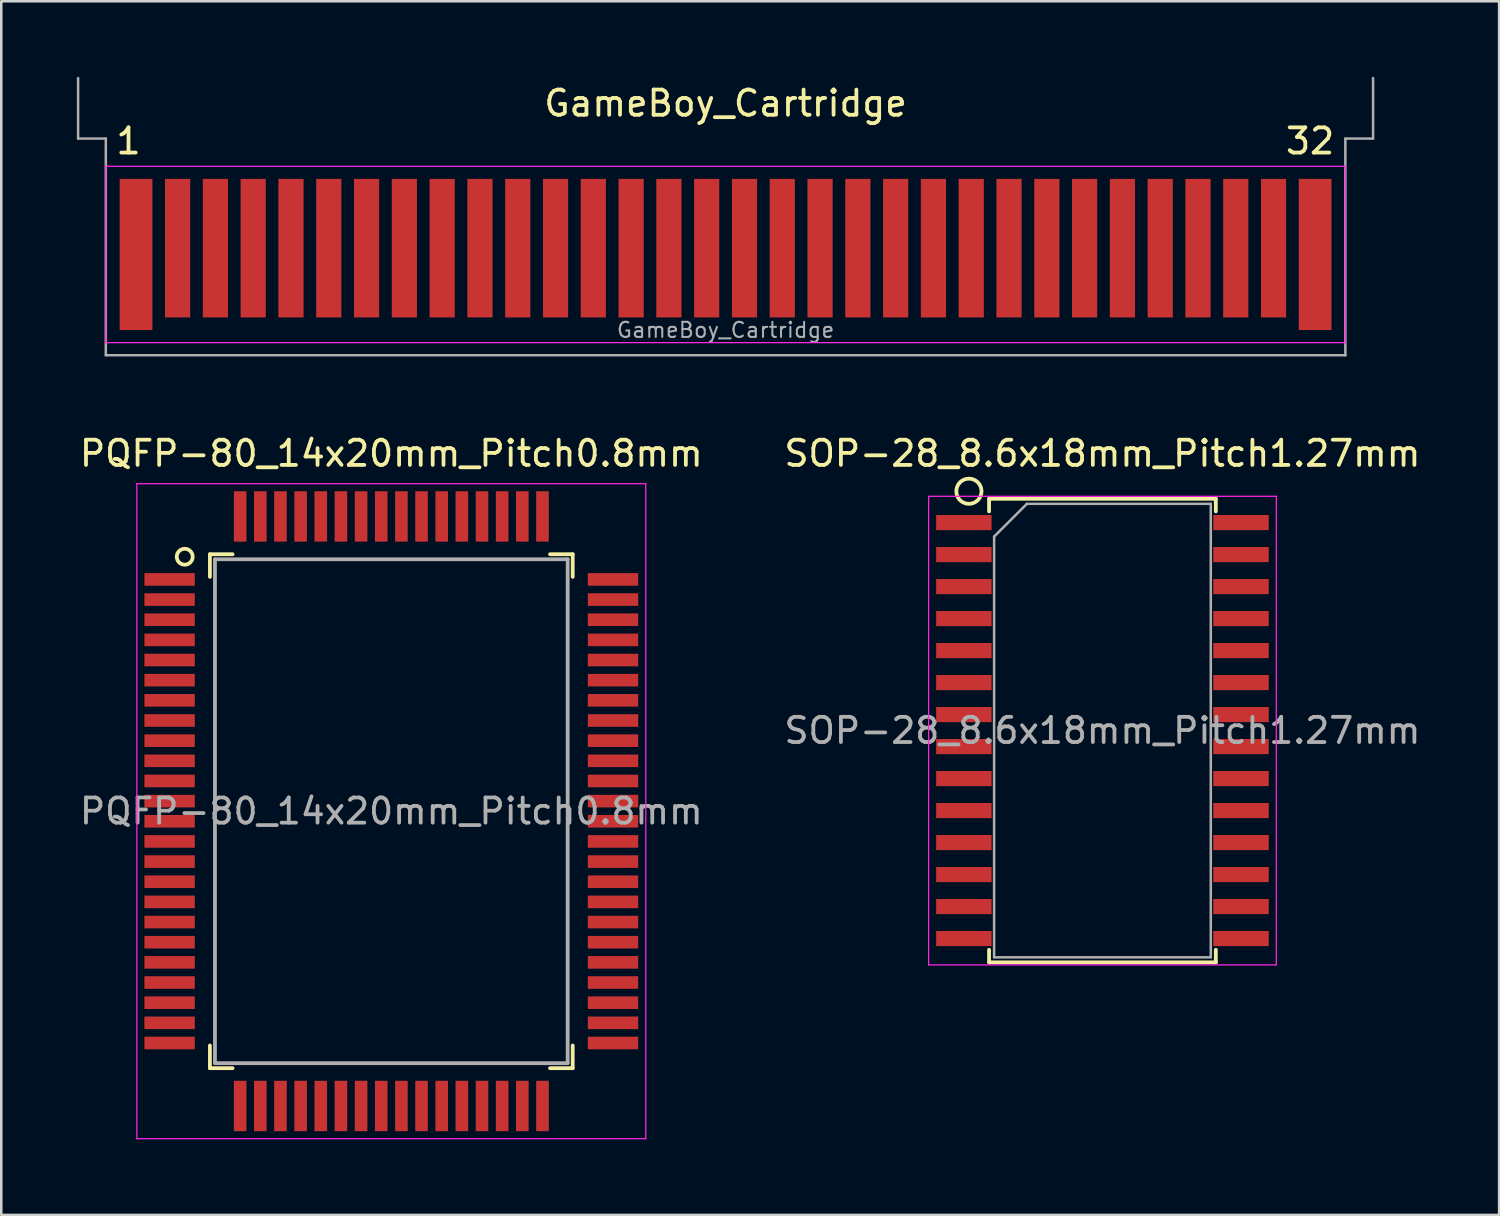
<source format=kicad_pcb>
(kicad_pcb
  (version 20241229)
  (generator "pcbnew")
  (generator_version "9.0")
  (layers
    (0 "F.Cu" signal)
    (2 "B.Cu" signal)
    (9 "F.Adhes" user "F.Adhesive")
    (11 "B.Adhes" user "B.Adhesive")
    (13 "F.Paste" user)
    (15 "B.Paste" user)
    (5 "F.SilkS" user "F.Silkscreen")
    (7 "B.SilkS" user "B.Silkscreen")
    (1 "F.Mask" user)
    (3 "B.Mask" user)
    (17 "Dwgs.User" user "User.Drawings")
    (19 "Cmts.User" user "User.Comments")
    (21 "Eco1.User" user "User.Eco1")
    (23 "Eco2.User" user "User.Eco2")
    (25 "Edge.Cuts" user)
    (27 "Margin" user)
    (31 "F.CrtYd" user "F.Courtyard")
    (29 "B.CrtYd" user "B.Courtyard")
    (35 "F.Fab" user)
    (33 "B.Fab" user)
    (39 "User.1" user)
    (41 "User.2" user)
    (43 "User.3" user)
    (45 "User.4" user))
  (footprint "PQFP-80_14x20mm_Pitch0.8mm"
    (layer "F.Cu")
    (at 12.482 29.148)
    (property "Reference" "PQFP-80_14x20mm_Pitch0.8mm" (at 0 -14.2 0) (layer "F.SilkS") (effects (font (size 1 1) (thickness 0.15))))
    (attr smd)
    (fp_line (start -7.2 -10.2) (end -7.2 -9.3) (stroke (width 0.15) (type solid)) (layer "F.SilkS"))
    (fp_line (start -7.2 9.3) (end -7.2 10.2) (stroke (width 0.15) (type solid)) (layer "F.SilkS"))
    (fp_line (start -7.2 10.2) (end -6.3 10.2) (stroke (width 0.15) (type solid)) (layer "F.SilkS"))
    (fp_line (start -6.3 -10.2) (end -7.2 -10.2) (stroke (width 0.15) (type solid)) (layer "F.SilkS"))
    (fp_line (start 6.3 -10.2) (end 7.2 -10.2) (stroke (width 0.15) (type solid)) (layer "F.SilkS"))
    (fp_line (start 7.2 -10.2) (end 7.2 -9.3) (stroke (width 0.15) (type solid)) (layer "F.SilkS"))
    (fp_line (start 7.2 9.3) (end 7.2 10.2) (stroke (width 0.15) (type solid)) (layer "F.SilkS"))
    (fp_line (start 7.2 10.2) (end 6.3 10.2) (stroke (width 0.15) (type solid)) (layer "F.SilkS"))
    (fp_circle (center -8.2 -10.1) (end -8.3 -9.8) (stroke (width 0.15) (type solid)) (fill no) (layer "F.SilkS"))
    (fp_line (start -10.1 -13) (end -10.1 13) (stroke (width 0.05) (type solid)) (layer "F.CrtYd"))
    (fp_line (start -10.1 13) (end 10.1 13) (stroke (width 0.05) (type solid)) (layer "F.CrtYd"))
    (fp_line (start 10.1 -13) (end -10.1 -13) (stroke (width 0.05) (type solid)) (layer "F.CrtYd"))
    (fp_line (start 10.1 13) (end 10.1 -13) (stroke (width 0.05) (type solid)) (layer "F.CrtYd"))
    (fp_line (start -7 -10) (end -7 10) (stroke (width 0.15) (type solid)) (layer "F.Fab"))
    (fp_line (start -7 10) (end 7 10) (stroke (width 0.15) (type solid)) (layer "F.Fab"))
    (fp_line (start 7 -10) (end -7 -10) (stroke (width 0.15) (type solid)) (layer "F.Fab"))
    (fp_line (start 7 10) (end 7 -10) (stroke (width 0.15) (type solid)) (layer "F.Fab"))
    (fp_text user "${REFERENCE}" (at 0 0 0) (layer "F.Fab") (effects (font (size 1 1) (thickness 0.15))))
    (pad "1" smd rect (at -8.8 -9.2) (size 2 0.5) (layers "F.Cu" "F.Mask" "F.Paste"))
    (pad "2" smd rect (at -8.8 -8.4) (size 2 0.5) (layers "F.Cu" "F.Mask" "F.Paste"))
    (pad "3" smd rect (at -8.8 -7.6) (size 2 0.5) (layers "F.Cu" "F.Mask" "F.Paste"))
    (pad "4" smd rect (at -8.8 -6.8) (size 2 0.5) (layers "F.Cu" "F.Mask" "F.Paste"))
    (pad "5" smd rect (at -8.8 -6) (size 2 0.5) (layers "F.Cu" "F.Mask" "F.Paste"))
    (pad "6" smd rect (at -8.8 -5.2) (size 2 0.5) (layers "F.Cu" "F.Mask" "F.Paste"))
    (pad "7" smd rect (at -8.8 -4.4) (size 2 0.5) (layers "F.Cu" "F.Mask" "F.Paste"))
    (pad "8" smd rect (at -8.8 -3.6) (size 2 0.5) (layers "F.Cu" "F.Mask" "F.Paste"))
    (pad "9" smd rect (at -8.8 -2.8) (size 2 0.5) (layers "F.Cu" "F.Mask" "F.Paste"))
    (pad "10" smd rect (at -8.8 -2) (size 2 0.5) (layers "F.Cu" "F.Mask" "F.Paste"))
    (pad "11" smd rect (at -8.8 -1.2) (size 2 0.5) (layers "F.Cu" "F.Mask" "F.Paste"))
    (pad "12" smd rect (at -8.8 -0.4) (size 2 0.5) (layers "F.Cu" "F.Mask" "F.Paste"))
    (pad "13" smd rect (at -8.8 0.4) (size 2 0.5) (layers "F.Cu" "F.Mask" "F.Paste"))
    (pad "14" smd rect (at -8.8 1.2) (size 2 0.5) (layers "F.Cu" "F.Mask" "F.Paste"))
    (pad "15" smd rect (at -8.8 2) (size 2 0.5) (layers "F.Cu" "F.Mask" "F.Paste"))
    (pad "16" smd rect (at -8.8 2.8) (size 2 0.5) (layers "F.Cu" "F.Mask" "F.Paste"))
    (pad "17" smd rect (at -8.8 3.6) (size 2 0.5) (layers "F.Cu" "F.Mask" "F.Paste"))
    (pad "18" smd rect (at -8.8 4.4) (size 2 0.5) (layers "F.Cu" "F.Mask" "F.Paste"))
    (pad "19" smd rect (at -8.8 5.2) (size 2 0.5) (layers "F.Cu" "F.Mask" "F.Paste"))
    (pad "20" smd rect (at -8.8 6) (size 2 0.5) (layers "F.Cu" "F.Mask" "F.Paste"))
    (pad "21" smd rect (at -8.8 6.8) (size 2 0.5) (layers "F.Cu" "F.Mask" "F.Paste"))
    (pad "22" smd rect (at -8.8 7.6) (size 2 0.5) (layers "F.Cu" "F.Mask" "F.Paste"))
    (pad "23" smd rect (at -8.8 8.4) (size 2 0.5) (layers "F.Cu" "F.Mask" "F.Paste"))
    (pad "24" smd rect (at -8.8 9.2) (size 2 0.5) (layers "F.Cu" "F.Mask" "F.Paste"))
    (pad "25" smd rect (at -6 11.7 90) (size 2 0.5) (layers "F.Cu" "F.Mask" "F.Paste"))
    (pad "26" smd rect (at -5.2 11.7 90) (size 2 0.5) (layers "F.Cu" "F.Mask" "F.Paste"))
    (pad "27" smd rect (at -4.4 11.7 90) (size 2 0.5) (layers "F.Cu" "F.Mask" "F.Paste"))
    (pad "28" smd rect (at -3.6 11.7 90) (size 2 0.5) (layers "F.Cu" "F.Mask" "F.Paste"))
    (pad "29" smd rect (at -2.8 11.7 90) (size 2 0.5) (layers "F.Cu" "F.Mask" "F.Paste"))
    (pad "30" smd rect (at -2 11.7 90) (size 2 0.5) (layers "F.Cu" "F.Mask" "F.Paste"))
    (pad "31" smd rect (at -1.2 11.7 90) (size 2 0.5) (layers "F.Cu" "F.Mask" "F.Paste"))
    (pad "32" smd rect (at -0.4 11.7 90) (size 2 0.5) (layers "F.Cu" "F.Mask" "F.Paste"))
    (pad "33" smd rect (at 0.4 11.7 90) (size 2 0.5) (layers "F.Cu" "F.Mask" "F.Paste"))
    (pad "34" smd rect (at 1.2 11.7 90) (size 2 0.5) (layers "F.Cu" "F.Mask" "F.Paste"))
    (pad "35" smd rect (at 2 11.7 90) (size 2 0.5) (layers "F.Cu" "F.Mask" "F.Paste"))
    (pad "36" smd rect (at 2.8 11.7 90) (size 2 0.5) (layers "F.Cu" "F.Mask" "F.Paste"))
    (pad "37" smd rect (at 3.6 11.7 90) (size 2 0.5) (layers "F.Cu" "F.Mask" "F.Paste"))
    (pad "38" smd rect (at 4.4 11.7 90) (size 2 0.5) (layers "F.Cu" "F.Mask" "F.Paste"))
    (pad "39" smd rect (at 5.2 11.7 90) (size 2 0.5) (layers "F.Cu" "F.Mask" "F.Paste"))
    (pad "40" smd rect (at 6 11.7 90) (size 2 0.5) (layers "F.Cu" "F.Mask" "F.Paste"))
    (pad "41" smd rect (at 8.8 9.2 180) (size 2 0.5) (layers "F.Cu" "F.Mask" "F.Paste"))
    (pad "42" smd rect (at 8.8 8.4 180) (size 2 0.5) (layers "F.Cu" "F.Mask" "F.Paste"))
    (pad "43" smd rect (at 8.8 7.6 180) (size 2 0.5) (layers "F.Cu" "F.Mask" "F.Paste"))
    (pad "44" smd rect (at 8.8 6.8 180) (size 2 0.5) (layers "F.Cu" "F.Mask" "F.Paste"))
    (pad "45" smd rect (at 8.8 6 180) (size 2 0.5) (layers "F.Cu" "F.Mask" "F.Paste"))
    (pad "46" smd rect (at 8.8 5.2 180) (size 2 0.5) (layers "F.Cu" "F.Mask" "F.Paste"))
    (pad "47" smd rect (at 8.8 4.4 180) (size 2 0.5) (layers "F.Cu" "F.Mask" "F.Paste"))
    (pad "48" smd rect (at 8.8 3.6 180) (size 2 0.5) (layers "F.Cu" "F.Mask" "F.Paste"))
    (pad "49" smd rect (at 8.8 2.8 180) (size 2 0.5) (layers "F.Cu" "F.Mask" "F.Paste"))
    (pad "50" smd rect (at 8.8 2 180) (size 2 0.5) (layers "F.Cu" "F.Mask" "F.Paste"))
    (pad "51" smd rect (at 8.8 1.2 180) (size 2 0.5) (layers "F.Cu" "F.Mask" "F.Paste"))
    (pad "52" smd rect (at 8.8 0.4 180) (size 2 0.5) (layers "F.Cu" "F.Mask" "F.Paste"))
    (pad "53" smd rect (at 8.8 -0.4 180) (size 2 0.5) (layers "F.Cu" "F.Mask" "F.Paste"))
    (pad "54" smd rect (at 8.8 -1.2 180) (size 2 0.5) (layers "F.Cu" "F.Mask" "F.Paste"))
    (pad "55" smd rect (at 8.8 -2 180) (size 2 0.5) (layers "F.Cu" "F.Mask" "F.Paste"))
    (pad "56" smd rect (at 8.8 -2.8 180) (size 2 0.5) (layers "F.Cu" "F.Mask" "F.Paste"))
    (pad "57" smd rect (at 8.8 -3.6 180) (size 2 0.5) (layers "F.Cu" "F.Mask" "F.Paste"))
    (pad "58" smd rect (at 8.8 -4.4 180) (size 2 0.5) (layers "F.Cu" "F.Mask" "F.Paste"))
    (pad "59" smd rect (at 8.8 -5.2 180) (size 2 0.5) (layers "F.Cu" "F.Mask" "F.Paste"))
    (pad "60" smd rect (at 8.8 -6 180) (size 2 0.5) (layers "F.Cu" "F.Mask" "F.Paste"))
    (pad "61" smd rect (at 8.8 -6.8 180) (size 2 0.5) (layers "F.Cu" "F.Mask" "F.Paste"))
    (pad "62" smd rect (at 8.8 -7.6 180) (size 2 0.5) (layers "F.Cu" "F.Mask" "F.Paste"))
    (pad "63" smd rect (at 8.8 -8.4 180) (size 2 0.5) (layers "F.Cu" "F.Mask" "F.Paste"))
    (pad "64" smd rect (at 8.8 -9.2 180) (size 2 0.5) (layers "F.Cu" "F.Mask" "F.Paste"))
    (pad "65" smd rect (at 6 -11.7 270) (size 2 0.5) (layers "F.Cu" "F.Mask" "F.Paste"))
    (pad "66" smd rect (at 5.2 -11.7 270) (size 2 0.5) (layers "F.Cu" "F.Mask" "F.Paste"))
    (pad "67" smd rect (at 4.4 -11.7 270) (size 2 0.5) (layers "F.Cu" "F.Mask" "F.Paste"))
    (pad "68" smd rect (at 3.6 -11.7 270) (size 2 0.5) (layers "F.Cu" "F.Mask" "F.Paste"))
    (pad "69" smd rect (at 2.8 -11.7 270) (size 2 0.5) (layers "F.Cu" "F.Mask" "F.Paste"))
    (pad "70" smd rect (at 2 -11.7 270) (size 2 0.5) (layers "F.Cu" "F.Mask" "F.Paste"))
    (pad "71" smd rect (at 1.2 -11.7 270) (size 2 0.5) (layers "F.Cu" "F.Mask" "F.Paste"))
    (pad "72" smd rect (at 0.4 -11.7 270) (size 2 0.5) (layers "F.Cu" "F.Mask" "F.Paste"))
    (pad "73" smd rect (at -0.4 -11.7 270) (size 2 0.5) (layers "F.Cu" "F.Mask" "F.Paste"))
    (pad "74" smd rect (at -1.2 -11.7 270) (size 2 0.5) (layers "F.Cu" "F.Mask" "F.Paste"))
    (pad "75" smd rect (at -2 -11.7 270) (size 2 0.5) (layers "F.Cu" "F.Mask" "F.Paste"))
    (pad "76" smd rect (at -2.8 -11.7 270) (size 2 0.5) (layers "F.Cu" "F.Mask" "F.Paste"))
    (pad "77" smd rect (at -3.6 -11.7 270) (size 2 0.5) (layers "F.Cu" "F.Mask" "F.Paste"))
    (pad "78" smd rect (at -4.4 -11.7 270) (size 2 0.5) (layers "F.Cu" "F.Mask" "F.Paste"))
    (pad "79" smd rect (at -5.2 -11.7 270) (size 2 0.5) (layers "F.Cu" "F.Mask" "F.Paste"))
    (pad "80" smd rect (at -6 -11.7 270) (size 2 0.5) (layers "F.Cu" "F.Mask" "F.Paste")))
  (footprint "GameBoy_Cartridge"
    (layer "F.Cu")
    (at 25.75 7.05)
    (property "Reference" "GameBoy_Cartridge" (at 0 -6 0) (layer "F.SilkS") (effects (font (size 1 1) (thickness 0.15))))
    (attr exclude_from_pos_files exclude_from_bom)
    (fp_line (start -24.6 -3.5) (end 24.6 -3.5) (stroke (width 0.05) (type solid)) (layer "F.CrtYd"))
    (fp_line (start -24.6 3.5) (end -24.6 -3.5) (stroke (width 0.05) (type solid)) (layer "F.CrtYd"))
    (fp_line (start 24.6 -3.5) (end 24.6 3.5) (stroke (width 0.05) (type solid)) (layer "F.CrtYd"))
    (fp_line (start 24.6 3.5) (end -24.6 3.5) (stroke (width 0.05) (type solid)) (layer "F.CrtYd"))
    (fp_line (start -25.7 -4.6) (end -25.7 -7) (stroke (width 0.1) (type solid)) (layer "F.Fab"))
    (fp_line (start -24.6 -4.6) (end -25.7 -4.6) (stroke (width 0.1) (type solid)) (layer "F.Fab"))
    (fp_line (start -24.6 4) (end -24.6 -4.6) (stroke (width 0.1) (type solid)) (layer "F.Fab"))
    (fp_line (start -24.6 4) (end 24.6 4) (stroke (width 0.1) (type solid)) (layer "F.Fab"))
    (fp_line (start 24.6 -4.6) (end 25.7 -4.6) (stroke (width 0.1) (type solid)) (layer "F.Fab"))
    (fp_line (start 24.6 4) (end 24.6 -4.6) (stroke (width 0.1) (type solid)) (layer "F.Fab"))
    (fp_line (start 25.7 -4.6) (end 25.7 -7) (stroke (width 0.1) (type solid)) (layer "F.Fab"))
    (fp_text user "32" (at 23.2 -4.5 0) (layer "F.SilkS") (effects (font (size 1 1) (thickness 0.15))))
    (fp_text user "1" (at -23.7 -4.5 0) (layer "F.SilkS") (effects (font (size 1 1) (thickness 0.15))))
    (fp_text user "${REFERENCE}" (at 0 3 0) (layer "F.Fab") (effects (font (size 0.6 0.6) (thickness 0.08))))
    (pad "1" connect rect (at -23.4 0 90) (size 6 1.3) (layers "F.Cu" "F.Mask"))
    (pad "2" connect rect (at -21.75 -0.25 90) (size 5.5 1) (layers "F.Cu" "F.Mask"))
    (pad "3" connect rect (at -20.25 -0.25 90) (size 5.5 1) (layers "F.Cu" "F.Mask"))
    (pad "4" connect rect (at -18.75 -0.25 90) (size 5.5 1) (layers "F.Cu" "F.Mask"))
    (pad "5" connect rect (at -17.25 -0.25 90) (size 5.5 1) (layers "F.Cu" "F.Mask"))
    (pad "6" connect rect (at -15.75 -0.25 90) (size 5.5 1) (layers "F.Cu" "F.Mask"))
    (pad "7" connect rect (at -14.25 -0.25 90) (size 5.5 1) (layers "F.Cu" "F.Mask"))
    (pad "8" connect rect (at -12.75 -0.25 90) (size 5.5 1) (layers "F.Cu" "F.Mask"))
    (pad "9" connect rect (at -11.25 -0.25 90) (size 5.5 1) (layers "F.Cu" "F.Mask"))
    (pad "10" connect rect (at -9.75 -0.25 90) (size 5.5 1) (layers "F.Cu" "F.Mask"))
    (pad "11" connect rect (at -8.25 -0.25 90) (size 5.5 1) (layers "F.Cu" "F.Mask"))
    (pad "12" connect rect (at -6.75 -0.25 90) (size 5.5 1) (layers "F.Cu" "F.Mask"))
    (pad "13" connect rect (at -5.25 -0.25 90) (size 5.5 1) (layers "F.Cu" "F.Mask"))
    (pad "14" connect rect (at -3.75 -0.25 90) (size 5.5 1) (layers "F.Cu" "F.Mask"))
    (pad "15" connect rect (at -2.25 -0.25 90) (size 5.5 1) (layers "F.Cu" "F.Mask"))
    (pad "16" connect rect (at -0.75 -0.25 90) (size 5.5 1) (layers "F.Cu" "F.Mask"))
    (pad "17" connect rect (at 0.75 -0.25 90) (size 5.5 1) (layers "F.Cu" "F.Mask"))
    (pad "18" connect rect (at 2.25 -0.25 90) (size 5.5 1) (layers "F.Cu" "F.Mask"))
    (pad "19" connect rect (at 3.75 -0.25 90) (size 5.5 1) (layers "F.Cu" "F.Mask"))
    (pad "20" connect rect (at 5.25 -0.25 90) (size 5.5 1) (layers "F.Cu" "F.Mask"))
    (pad "21" connect rect (at 6.75 -0.25 90) (size 5.5 1) (layers "F.Cu" "F.Mask"))
    (pad "22" connect rect (at 8.25 -0.25 90) (size 5.5 1) (layers "F.Cu" "F.Mask"))
    (pad "23" connect rect (at 9.75 -0.25 90) (size 5.5 1) (layers "F.Cu" "F.Mask"))
    (pad "24" connect rect (at 11.25 -0.25 90) (size 5.5 1) (layers "F.Cu" "F.Mask"))
    (pad "25" connect rect (at 12.75 -0.25 90) (size 5.5 1) (layers "F.Cu" "F.Mask"))
    (pad "26" connect rect (at 14.25 -0.25 90) (size 5.5 1) (layers "F.Cu" "F.Mask"))
    (pad "27" connect rect (at 15.75 -0.25 90) (size 5.5 1) (layers "F.Cu" "F.Mask"))
    (pad "28" connect rect (at 17.25 -0.25 90) (size 5.5 1) (layers "F.Cu" "F.Mask"))
    (pad "29" connect rect (at 18.75 -0.25 90) (size 5.5 1) (layers "F.Cu" "F.Mask"))
    (pad "30" connect rect (at 20.25 -0.25 90) (size 5.5 1) (layers "F.Cu" "F.Mask"))
    (pad "31" connect rect (at 21.75 -0.25 90) (size 5.5 1) (layers "F.Cu" "F.Mask"))
    (pad "32" connect rect (at 23.4 0 90) (size 6 1.3) (layers "F.Cu" "F.Mask")))
  (footprint "SOP-28_8.6x18mm_Pitch1.27mm"
    (layer "F.Cu")
    (at 40.708 25.948)
    (property "Reference" "SOP-28_8.6x18mm_Pitch1.27mm" (at 0 -11 0) (layer "F.SilkS") (effects (font (size 1 1) (thickness 0.15))))
    (attr smd)
    (fp_line (start -4.5 -9.2) (end -4.5 -8.7) (stroke (width 0.15) (type solid)) (layer "F.SilkS"))
    (fp_line (start -4.5 9.2) (end -4.5 8.7) (stroke (width 0.15) (type solid)) (layer "F.SilkS"))
    (fp_line (start 4.5 -9.2) (end -4.5 -9.2) (stroke (width 0.15) (type solid)) (layer "F.SilkS"))
    (fp_line (start 4.5 -8.7) (end 4.5 -9.2) (stroke (width 0.15) (type solid)) (layer "F.SilkS"))
    (fp_line (start 4.5 8.7) (end 4.5 9.2) (stroke (width 0.15) (type solid)) (layer "F.SilkS"))
    (fp_line (start 4.5 9.2) (end -4.5 9.2) (stroke (width 0.15) (type solid)) (layer "F.SilkS"))
    (fp_circle (center -5.3 -9.5) (end -5.7 -9.8) (stroke (width 0.15) (type solid)) (fill no) (layer "F.SilkS"))
    (fp_line (start -6.9 -9.3) (end -6.9 9.3) (stroke (width 0.05) (type solid)) (layer "F.CrtYd"))
    (fp_line (start -6.9 9.3) (end 6.9 9.3) (stroke (width 0.05) (type solid)) (layer "F.CrtYd"))
    (fp_line (start 6.9 -9.3) (end -6.9 -9.3) (stroke (width 0.05) (type solid)) (layer "F.CrtYd"))
    (fp_line (start 6.9 9.3) (end 6.9 -9.3) (stroke (width 0.05) (type solid)) (layer "F.CrtYd"))
    (fp_line (start -4.3 -7.7) (end -4.3 9) (stroke (width 0.1) (type solid)) (layer "F.Fab"))
    (fp_line (start -4.3 9) (end 4.3 9) (stroke (width 0.1) (type solid)) (layer "F.Fab"))
    (fp_line (start -3 -9) (end -4.3 -7.7) (stroke (width 0.1) (type solid)) (layer "F.Fab"))
    (fp_line (start 4.3 -9) (end -3 -9) (stroke (width 0.1) (type solid)) (layer "F.Fab"))
    (fp_line (start 4.3 9) (end 4.3 -9) (stroke (width 0.1) (type solid)) (layer "F.Fab"))
    (fp_text user "${REFERENCE}" (at 0 0 0) (layer "F.Fab") (effects (font (size 1 1) (thickness 0.15))))
    (pad "1" smd rect (at -5.5 -8.255 270) (size 0.6 2.2) (layers "F.Cu" "F.Mask" "F.Paste"))
    (pad "2" smd rect (at -5.5 -6.985 270) (size 0.6 2.2) (layers "F.Cu" "F.Mask" "F.Paste"))
    (pad "3" smd rect (at -5.5 -5.715 270) (size 0.6 2.2) (layers "F.Cu" "F.Mask" "F.Paste"))
    (pad "4" smd rect (at -5.5 -4.445 270) (size 0.6 2.2) (layers "F.Cu" "F.Mask" "F.Paste"))
    (pad "5" smd rect (at -5.5 -3.175 270) (size 0.6 2.2) (layers "F.Cu" "F.Mask" "F.Paste"))
    (pad "6" smd rect (at -5.5 -1.905 270) (size 0.6 2.2) (layers "F.Cu" "F.Mask" "F.Paste"))
    (pad "7" smd rect (at -5.5 -0.635 270) (size 0.6 2.2) (layers "F.Cu" "F.Mask" "F.Paste"))
    (pad "8" smd rect (at -5.5 0.635 270) (size 0.6 2.2) (layers "F.Cu" "F.Mask" "F.Paste"))
    (pad "9" smd rect (at -5.5 1.905 270) (size 0.6 2.2) (layers "F.Cu" "F.Mask" "F.Paste"))
    (pad "10" smd rect (at -5.5 3.175 270) (size 0.6 2.2) (layers "F.Cu" "F.Mask" "F.Paste"))
    (pad "11" smd rect (at -5.5 4.445 270) (size 0.6 2.2) (layers "F.Cu" "F.Mask" "F.Paste"))
    (pad "12" smd rect (at -5.5 5.715 270) (size 0.6 2.2) (layers "F.Cu" "F.Mask" "F.Paste"))
    (pad "13" smd rect (at -5.5 6.985 270) (size 0.6 2.2) (layers "F.Cu" "F.Mask" "F.Paste"))
    (pad "14" smd rect (at -5.5 8.255 270) (size 0.6 2.2) (layers "F.Cu" "F.Mask" "F.Paste"))
    (pad "15" smd rect (at 5.5 8.255 270) (size 0.6 2.2) (layers "F.Cu" "F.Mask" "F.Paste"))
    (pad "16" smd rect (at 5.5 6.985 270) (size 0.6 2.2) (layers "F.Cu" "F.Mask" "F.Paste"))
    (pad "17" smd rect (at 5.5 5.715 270) (size 0.6 2.2) (layers "F.Cu" "F.Mask" "F.Paste"))
    (pad "18" smd rect (at 5.5 4.445 270) (size 0.6 2.2) (layers "F.Cu" "F.Mask" "F.Paste"))
    (pad "19" smd rect (at 5.5 3.175 270) (size 0.6 2.2) (layers "F.Cu" "F.Mask" "F.Paste"))
    (pad "20" smd rect (at 5.5 1.905 270) (size 0.6 2.2) (layers "F.Cu" "F.Mask" "F.Paste"))
    (pad "21" smd rect (at 5.5 0.635 270) (size 0.6 2.2) (layers "F.Cu" "F.Mask" "F.Paste"))
    (pad "22" smd rect (at 5.5 -0.635 270) (size 0.6 2.2) (layers "F.Cu" "F.Mask" "F.Paste"))
    (pad "23" smd rect (at 5.5 -1.905 270) (size 0.6 2.2) (layers "F.Cu" "F.Mask" "F.Paste"))
    (pad "24" smd rect (at 5.5 -3.175 270) (size 0.6 2.2) (layers "F.Cu" "F.Mask" "F.Paste"))
    (pad "25" smd rect (at 5.5 -4.445 270) (size 0.6 2.2) (layers "F.Cu" "F.Mask" "F.Paste"))
    (pad "26" smd rect (at 5.5 -5.715 270) (size 0.6 2.2) (layers "F.Cu" "F.Mask" "F.Paste"))
    (pad "27" smd rect (at 5.5 -6.985 270) (size 0.6 2.2) (layers "F.Cu" "F.Mask" "F.Paste"))
    (pad "28" smd rect (at 5.5 -8.255 270) (size 0.6 2.2) (layers "F.Cu" "F.Mask" "F.Paste")))
  (gr_rect
    (start -3 -3)
    (end 56.452 45.173)
    (stroke (width 0.1) (type default))
    (fill no)
    (layer "Edge.Cuts")))
</source>
